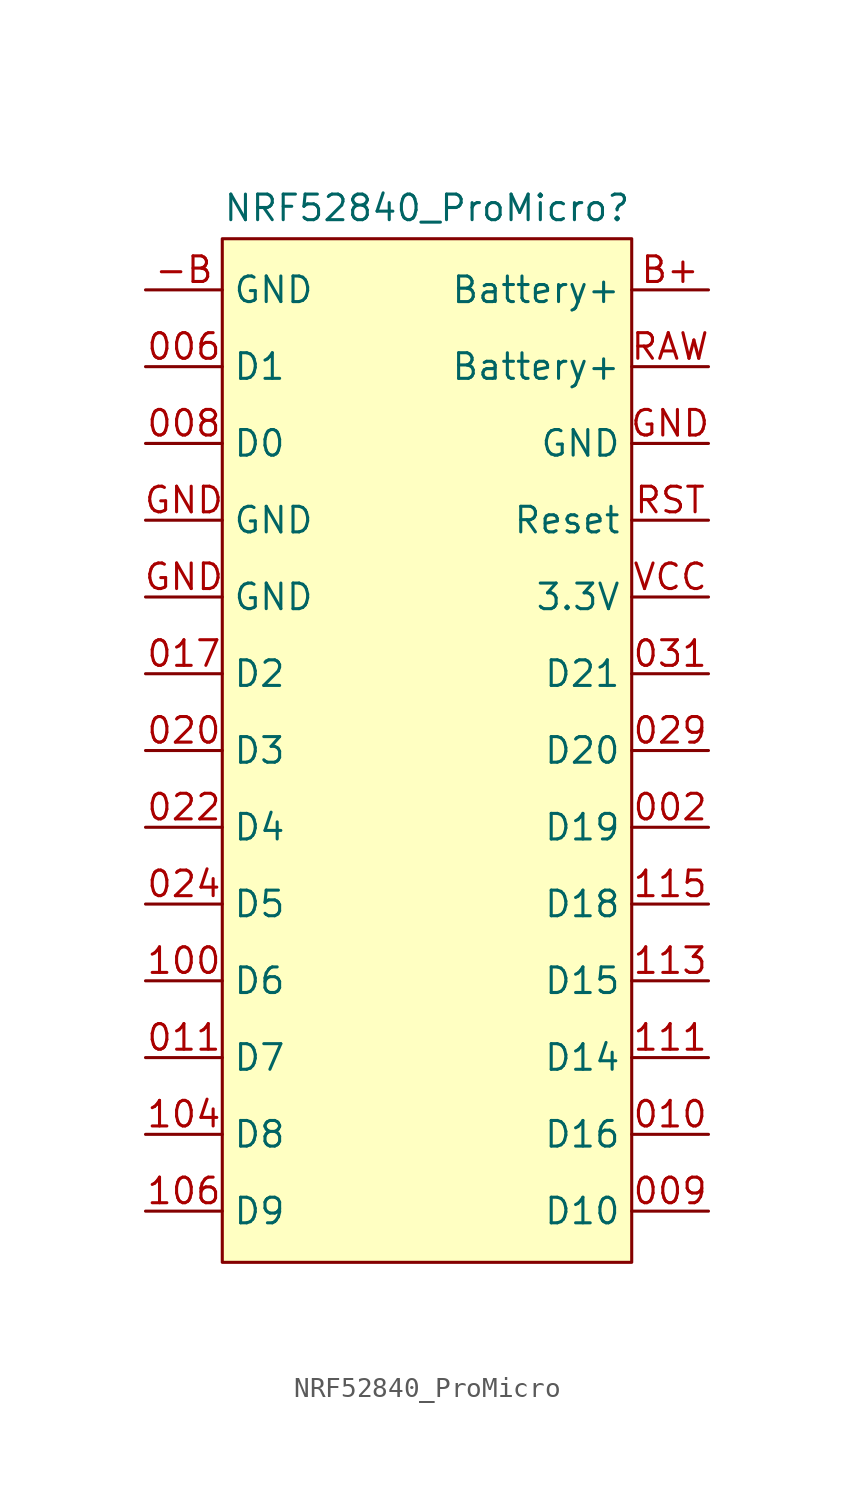
<source format=kicad_sym>
(kicad_symbol_lib
  (version 20231120)
  (generator "kicad_symbol_editor")
  (generator_version "8.0")
  (symbol "NRF52840_ProMicro"
    (property "Reference" "NRF52840_ProMicro"
      (at 0 26.924 0)
      (effects (font (size 1.27 1.27))))
    (property "Value" ""
      (at 0 -22.86 0)
      (effects (font (size 1.27 1.27))))
    (symbol "NRF52840_ProMicro_0_1"
      (rectangle (start -10.16 25.4) (end 10.16 -25.4) (stroke (width 0) (type default)) (fill (type background))))
    (symbol "NRF52840_ProMicro_1_0"
      (pin input line (at 13.97 -3.81 180) (length 3.81) (name "D19" (effects (font (size 1.27 1.27)))) (number "002" (effects (font (size 1.27 1.27)))))
      (pin input line (at -13.97 19.05 0) (length 3.81) (name "D1" (effects (font (size 1.27 1.27)))) (number "006" (effects (font (size 1.27 1.27)))))
      (pin input line (at -13.97 15.24 0) (length 3.81) (name "D0" (effects (font (size 1.27 1.27)))) (number "008" (effects (font (size 1.27 1.27)))))
      (pin input line (at 13.97 -22.86 180) (length 3.81) (name "D10" (effects (font (size 1.27 1.27)))) (number "009" (effects (font (size 1.27 1.27)))))
      (pin input line (at 13.97 -19.05 180) (length 3.81) (name "D16" (effects (font (size 1.27 1.27)))) (number "010" (effects (font (size 1.27 1.27)))))
      (pin input line (at -13.97 -15.24 0) (length 3.81) (name "D7" (effects (font (size 1.27 1.27)))) (number "011" (effects (font (size 1.27 1.27)))))
      (pin input line (at -13.97 3.81 0) (length 3.81) (name "D2" (effects (font (size 1.27 1.27)))) (number "017" (effects (font (size 1.27 1.27)))))
      (pin input line (at -13.97 0 0) (length 3.81) (name "D3" (effects (font (size 1.27 1.27)))) (number "020" (effects (font (size 1.27 1.27)))))
      (pin input line (at -13.97 -3.81 0) (length 3.81) (name "D4" (effects (font (size 1.27 1.27)))) (number "022" (effects (font (size 1.27 1.27)))))
      (pin input line (at -13.97 -7.62 0) (length 3.81) (name "D5" (effects (font (size 1.27 1.27)))) (number "024" (effects (font (size 1.27 1.27)))))
      (pin input line (at 13.97 0 180) (length 3.81) (name "D20" (effects (font (size 1.27 1.27)))) (number "029" (effects (font (size 1.27 1.27)))))
      (pin input line (at 13.97 3.81 180) (length 3.81) (name "D21" (effects (font (size 1.27 1.27)))) (number "031" (effects (font (size 1.27 1.27)))))
      (pin input line (at -13.97 -11.43 0) (length 3.81) (name "D6" (effects (font (size 1.27 1.27)))) (number "100" (effects (font (size 1.27 1.27)))))
      (pin input line (at -13.97 -19.05 0) (length 3.81) (name "D8" (effects (font (size 1.27 1.27)))) (number "104" (effects (font (size 1.27 1.27)))))
      (pin input line (at -13.97 -22.86 0) (length 3.81) (name "D9" (effects (font (size 1.27 1.27)))) (number "106" (effects (font (size 1.27 1.27)))))
      (pin input line (at 13.97 -15.24 180) (length 3.81) (name "D14" (effects (font (size 1.27 1.27)))) (number "111" (effects (font (size 1.27 1.27)))))
      (pin input line (at 13.97 -11.43 180) (length 3.81) (name "D15" (effects (font (size 1.27 1.27)))) (number "113" (effects (font (size 1.27 1.27)))))
      (pin input line (at 13.97 -7.62 180) (length 3.81) (name "D18" (effects (font (size 1.27 1.27)))) (number "115" (effects (font (size 1.27 1.27)))))
      (pin power_in line (at -13.97 7.62 0) (length 3.81) (name "GND" (effects (font (size 1.27 1.27)))) (number "GND" (effects (font (size 1.27 1.27)))))
      (pin power_in line (at -13.97 11.43 0) (length 3.81) (name "GND" (effects (font (size 1.27 1.27)))) (number "GND" (effects (font (size 1.27 1.27)))))
      (pin power_in line (at 13.97 15.24 180) (length 3.81) (name "GND" (effects (font (size 1.27 1.27)))) (number "GND" (effects (font (size 1.27 1.27)))))
      (pin power_in line (at 13.97 19.05 180) (length 3.81) (name "Battery+" (effects (font (size 1.27 1.27)))) (number "RAW" (effects (font (size 1.27 1.27)))))
      (pin input line (at 13.97 11.43 180) (length 3.81) (name "Reset" (effects (font (size 1.27 1.27)))) (number "RST" (effects (font (size 1.27 1.27)))))
      (pin power_in line (at 13.97 7.62 180) (length 3.81) (name "3.3V" (effects (font (size 1.27 1.27)))) (number "VCC" (effects (font (size 1.27 1.27))))))
    (symbol "NRF52840_ProMicro_1_1"
      (pin power_in line (at -13.97 22.86 0) (length 3.81) (name "GND" (effects (font (size 1.27 1.27)))) (number "-B" (effects (font (size 1.27 1.27)))))
      (pin power_in line (at 13.97 22.86 180) (length 3.81) (name "Battery+" (effects (font (size 1.27 1.27)))) (number "B+" (effects (font (size 1.27 1.27))))))))
</source>
